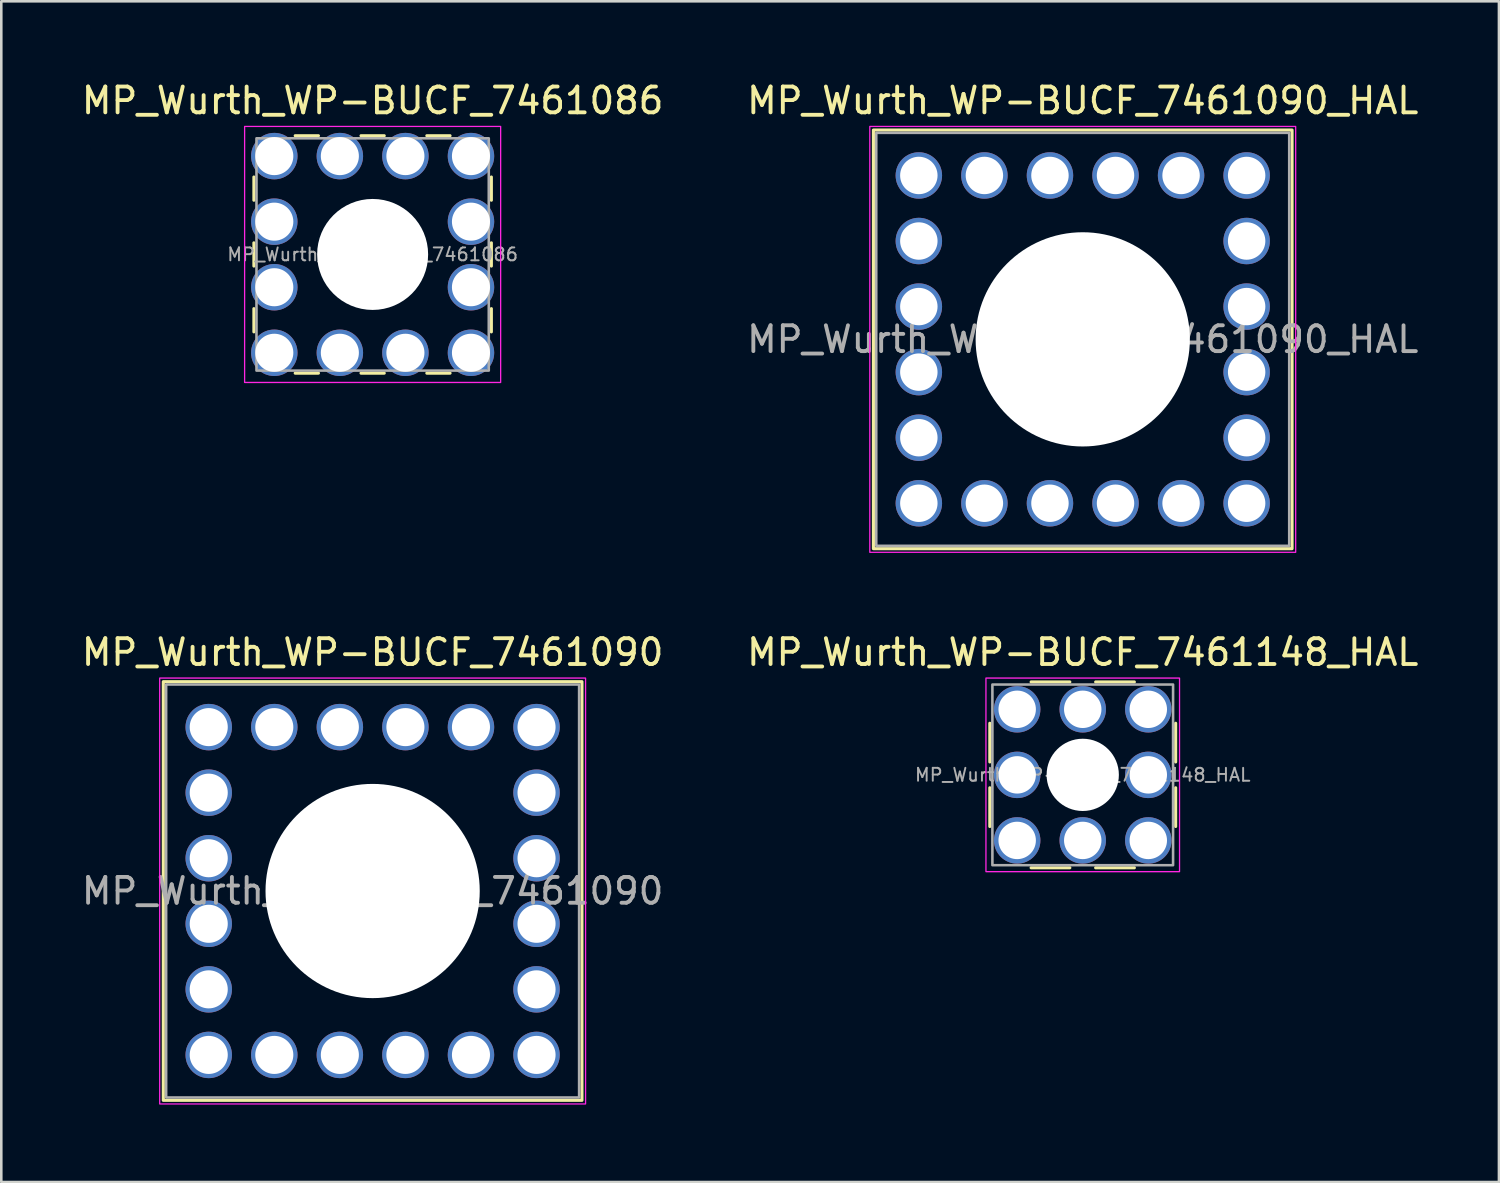
<source format=kicad_pcb>
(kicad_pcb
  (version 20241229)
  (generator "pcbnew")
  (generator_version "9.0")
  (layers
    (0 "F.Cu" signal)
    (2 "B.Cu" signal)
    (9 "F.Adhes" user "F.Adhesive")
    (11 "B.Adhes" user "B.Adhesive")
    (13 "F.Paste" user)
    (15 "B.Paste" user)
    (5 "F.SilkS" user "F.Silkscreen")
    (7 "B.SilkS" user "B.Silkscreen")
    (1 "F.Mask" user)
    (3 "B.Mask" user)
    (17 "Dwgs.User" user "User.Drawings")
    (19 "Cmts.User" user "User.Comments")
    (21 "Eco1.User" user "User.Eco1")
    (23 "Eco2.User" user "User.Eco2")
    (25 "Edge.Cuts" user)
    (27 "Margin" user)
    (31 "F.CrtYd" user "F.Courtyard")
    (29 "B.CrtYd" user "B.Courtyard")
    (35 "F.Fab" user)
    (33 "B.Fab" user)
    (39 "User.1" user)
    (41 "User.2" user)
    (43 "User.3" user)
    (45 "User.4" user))
  (footprint "MP_Wurth_WP-BUCF_7461086"
    (layer "F.Cu")
    (at 11.387 6.808)
    (property "Reference" "MP_Wurth_WP-BUCF_7461086" (at 0 -5.96 0) (unlocked yes) (layer "F.SilkS") (effects (font (size 1 1) (thickness 0.15))))
    (attr through_hole)
    (fp_line (start -4.6 -2.1) (end -4.6 -3) (stroke (width 0.12) (type solid)) (layer "F.SilkS"))
    (fp_line (start -4.6 0.45) (end -4.6 -0.45) (stroke (width 0.12) (type solid)) (layer "F.SilkS"))
    (fp_line (start -4.6 3) (end -4.6 2.1) (stroke (width 0.12) (type solid)) (layer "F.SilkS"))
    (fp_line (start -3 -4.6) (end -2.1 -4.6) (stroke (width 0.12) (type solid)) (layer "F.SilkS"))
    (fp_line (start -2.1 4.6) (end -3 4.6) (stroke (width 0.12) (type solid)) (layer "F.SilkS"))
    (fp_line (start -0.45 -4.6) (end 0.45 -4.6) (stroke (width 0.12) (type solid)) (layer "F.SilkS"))
    (fp_line (start 0.45 4.6) (end -0.45 4.6) (stroke (width 0.12) (type solid)) (layer "F.SilkS"))
    (fp_line (start 2.1 -4.6) (end 3 -4.6) (stroke (width 0.12) (type solid)) (layer "F.SilkS"))
    (fp_line (start 3 4.6) (end 2.1 4.6) (stroke (width 0.12) (type solid)) (layer "F.SilkS"))
    (fp_line (start 4.6 -3) (end 4.6 -2.1) (stroke (width 0.12) (type solid)) (layer "F.SilkS"))
    (fp_line (start 4.6 -0.45) (end 4.6 0.45) (stroke (width 0.12) (type solid)) (layer "F.SilkS"))
    (fp_line (start 4.6 2.1) (end 4.6 3) (stroke (width 0.12) (type solid)) (layer "F.SilkS"))
    (fp_rect (start -4.96 -4.96) (end 4.96 4.96) (stroke (width 0.05) (type solid)) (fill no) (layer "F.CrtYd"))
    (fp_rect (start -4.5 -4.5) (end 4.5 4.5) (stroke (width 0.1) (type solid)) (fill no) (layer "F.Fab"))
    (fp_text user "${REFERENCE}" (at 0 0 0) (unlocked yes) (layer "F.Fab") (effects (font (size 0.5 0.5) (thickness 0.075))))
    (pad "" np_thru_hole circle (at 0 0) (size 4.3 4.3) (drill 4.3) (layers "*.Cu" "*.Mask"))
    (pad "1" thru_hole circle (at -3.81 -3.81) (size 1.8 1.8) (drill 1.475) (layers "*.Cu" "*.Mask"))
    (pad "1" thru_hole circle (at -3.81 -1.27) (size 1.8 1.8) (drill 1.475) (layers "*.Cu" "*.Mask"))
    (pad "1" thru_hole circle (at -3.81 1.27) (size 1.8 1.8) (drill 1.475) (layers "*.Cu" "*.Mask"))
    (pad "1" thru_hole circle (at -3.81 3.81) (size 1.8 1.8) (drill 1.475) (layers "*.Cu" "*.Mask"))
    (pad "1" thru_hole circle (at -1.27 -3.81) (size 1.8 1.8) (drill 1.475) (layers "*.Cu" "*.Mask"))
    (pad "1" thru_hole circle (at -1.27 3.81) (size 1.8 1.8) (drill 1.475) (layers "*.Cu" "*.Mask"))
    (pad "1" thru_hole circle (at 1.27 -3.81) (size 1.8 1.8) (drill 1.475) (layers "*.Cu" "*.Mask"))
    (pad "1" thru_hole circle (at 1.27 3.81) (size 1.8 1.8) (drill 1.475) (layers "*.Cu" "*.Mask"))
    (pad "1" thru_hole circle (at 3.81 -3.81) (size 1.8 1.8) (drill 1.475) (layers "*.Cu" "*.Mask"))
    (pad "1" thru_hole circle (at 3.81 -1.27) (size 1.8 1.8) (drill 1.475) (layers "*.Cu" "*.Mask"))
    (pad "1" thru_hole circle (at 3.81 1.27) (size 1.8 1.8) (drill 1.475) (layers "*.Cu" "*.Mask"))
    (pad "1" thru_hole circle (at 3.81 3.81) (size 1.8 1.8) (drill 1.475) (layers "*.Cu" "*.Mask")))
  (footprint "MP_Wurth_WP-BUCF_7461148_HAL"
    (layer "F.Cu")
    (at 38.899 26.971)
    (property "Reference" "MP_Wurth_WP-BUCF_7461148_HAL" (at 0 -4.75 0) (unlocked yes) (layer "F.SilkS") (effects (font (size 1 1) (thickness 0.15))))
    (attr through_hole)
    (fp_line (start -3.6 -0.5) (end -3.6 -2) (stroke (width 0.12) (type solid)) (layer "F.SilkS"))
    (fp_line (start -3.6 2) (end -3.6 0.5) (stroke (width 0.12) (type solid)) (layer "F.SilkS"))
    (fp_line (start -2 -3.6) (end -0.5 -3.6) (stroke (width 0.12) (type solid)) (layer "F.SilkS"))
    (fp_line (start -0.5 3.6) (end -2 3.6) (stroke (width 0.12) (type solid)) (layer "F.SilkS"))
    (fp_line (start 0.5 -3.6) (end 2 -3.6) (stroke (width 0.12) (type solid)) (layer "F.SilkS"))
    (fp_line (start 2 3.6) (end 0.5 3.6) (stroke (width 0.12) (type solid)) (layer "F.SilkS"))
    (fp_line (start 3.6 -2) (end 3.6 -0.5) (stroke (width 0.12) (type solid)) (layer "F.SilkS"))
    (fp_line (start 3.6 0.5) (end 3.6 2) (stroke (width 0.12) (type solid)) (layer "F.SilkS"))
    (fp_rect (start -3.75 -3.75) (end 3.75 3.75) (stroke (width 0.05) (type solid)) (fill no) (layer "F.CrtYd"))
    (fp_rect (start -3.5 -3.5) (end 3.5 3.5) (stroke (width 0.1) (type solid)) (fill no) (layer "F.Fab"))
    (fp_text user "${REFERENCE}" (at 0 0 0) (unlocked yes) (layer "F.Fab") (effects (font (size 0.5 0.5) (thickness 0.075))))
    (pad "" np_thru_hole circle (at 0 0) (size 2.8 2.8) (drill 2.8) (layers "*.Cu" "*.Mask"))
    (pad "1" thru_hole circle (at -2.54 -2.54) (size 1.8 1.8) (drill 1.45) (layers "*.Cu" "*.Mask"))
    (pad "1" thru_hole circle (at -2.54 0) (size 1.8 1.8) (drill 1.45) (layers "*.Cu" "*.Mask"))
    (pad "1" thru_hole circle (at -2.54 2.54) (size 1.8 1.8) (drill 1.45) (layers "*.Cu" "*.Mask"))
    (pad "1" thru_hole circle (at 0 -2.54) (size 1.8 1.8) (drill 1.45) (layers "*.Cu" "*.Mask"))
    (pad "1" thru_hole circle (at 0 2.54) (size 1.8 1.8) (drill 1.45) (layers "*.Cu" "*.Mask"))
    (pad "1" thru_hole circle (at 2.54 -2.54) (size 1.8 1.8) (drill 1.45) (layers "*.Cu" "*.Mask"))
    (pad "1" thru_hole circle (at 2.54 0) (size 1.8 1.8) (drill 1.45) (layers "*.Cu" "*.Mask"))
    (pad "1" thru_hole circle (at 2.54 2.54) (size 1.8 1.8) (drill 1.45) (layers "*.Cu" "*.Mask")))
  (footprint "MP_Wurth_WP-BUCF_7461090_HAL"
    (layer "F.Cu")
    (at 38.899 10.098)
    (property "Reference" "MP_Wurth_WP-BUCF_7461090_HAL" (at 0 -9.25 0) (unlocked yes) (layer "F.SilkS") (effects (font (size 1 1) (thickness 0.15))))
    (attr through_hole)
    (fp_rect (start -8.11 -8.11) (end 8.11 8.11) (stroke (width 0.12) (type solid)) (fill no) (layer "F.SilkS"))
    (fp_rect (start -8.25 -8.25) (end 8.25 8.25) (stroke (width 0.05) (type solid)) (fill no) (layer "F.CrtYd"))
    (fp_rect (start -8 -8) (end 8 8) (stroke (width 0.1) (type solid)) (fill no) (layer "F.Fab"))
    (fp_text user "${REFERENCE}" (at 0 0 0) (unlocked yes) (layer "F.Fab") (effects (font (size 1 1) (thickness 0.15))))
    (pad "" np_thru_hole circle (at 0 0) (size 8.3 8.3) (drill 8.3) (layers "*.Cu" "*.Mask"))
    (pad "1" thru_hole circle (at -6.35 -6.35) (size 1.8 1.8) (drill 1.45) (layers "*.Cu" "*.Mask"))
    (pad "1" thru_hole circle (at -6.35 -3.81) (size 1.8 1.8) (drill 1.45) (layers "*.Cu" "*.Mask"))
    (pad "1" thru_hole circle (at -6.35 -1.27) (size 1.8 1.8) (drill 1.45) (layers "*.Cu" "*.Mask"))
    (pad "1" thru_hole circle (at -6.35 1.27) (size 1.8 1.8) (drill 1.45) (layers "*.Cu" "*.Mask"))
    (pad "1" thru_hole circle (at -6.35 3.81) (size 1.8 1.8) (drill 1.45) (layers "*.Cu" "*.Mask"))
    (pad "1" thru_hole circle (at -6.35 6.35) (size 1.8 1.8) (drill 1.45) (layers "*.Cu" "*.Mask"))
    (pad "1" thru_hole circle (at -3.81 -6.35) (size 1.8 1.8) (drill 1.45) (layers "*.Cu" "*.Mask"))
    (pad "1" thru_hole circle (at -3.81 6.35) (size 1.8 1.8) (drill 1.45) (layers "*.Cu" "*.Mask"))
    (pad "1" thru_hole circle (at -1.27 -6.35) (size 1.8 1.8) (drill 1.45) (layers "*.Cu" "*.Mask"))
    (pad "1" thru_hole circle (at -1.27 6.35) (size 1.8 1.8) (drill 1.45) (layers "*.Cu" "*.Mask"))
    (pad "1" thru_hole circle (at 1.27 -6.35) (size 1.8 1.8) (drill 1.45) (layers "*.Cu" "*.Mask"))
    (pad "1" thru_hole circle (at 1.27 6.35) (size 1.8 1.8) (drill 1.45) (layers "*.Cu" "*.Mask"))
    (pad "1" thru_hole circle (at 3.81 -6.35) (size 1.8 1.8) (drill 1.45) (layers "*.Cu" "*.Mask"))
    (pad "1" thru_hole circle (at 3.81 6.35) (size 1.8 1.8) (drill 1.45) (layers "*.Cu" "*.Mask"))
    (pad "1" thru_hole circle (at 6.35 -6.35) (size 1.8 1.8) (drill 1.45) (layers "*.Cu" "*.Mask"))
    (pad "1" thru_hole circle (at 6.35 -3.81) (size 1.8 1.8) (drill 1.45) (layers "*.Cu" "*.Mask"))
    (pad "1" thru_hole circle (at 6.35 -1.27) (size 1.8 1.8) (drill 1.45) (layers "*.Cu" "*.Mask"))
    (pad "1" thru_hole circle (at 6.35 1.27) (size 1.8 1.8) (drill 1.45) (layers "*.Cu" "*.Mask"))
    (pad "1" thru_hole circle (at 6.35 3.81) (size 1.8 1.8) (drill 1.45) (layers "*.Cu" "*.Mask"))
    (pad "1" thru_hole circle (at 6.35 6.35) (size 1.8 1.8) (drill 1.45) (layers "*.Cu" "*.Mask")))
  (footprint "MP_Wurth_WP-BUCF_7461090"
    (layer "F.Cu")
    (at 11.387 31.471)
    (property "Reference" "MP_Wurth_WP-BUCF_7461090" (at 0 -9.25 0) (unlocked yes) (layer "F.SilkS") (effects (font (size 1 1) (thickness 0.15))))
    (attr through_hole)
    (fp_rect (start -8.11 -8.11) (end 8.11 8.11) (stroke (width 0.12) (type solid)) (fill no) (layer "F.SilkS"))
    (fp_rect (start -8.25 -8.25) (end 8.25 8.25) (stroke (width 0.05) (type solid)) (fill no) (layer "F.CrtYd"))
    (fp_rect (start -8 -8) (end 8 8) (stroke (width 0.1) (type solid)) (fill no) (layer "F.Fab"))
    (fp_text user "${REFERENCE}" (at 0 0 0) (unlocked yes) (layer "F.Fab") (effects (font (size 1 1) (thickness 0.15))))
    (pad "" np_thru_hole circle (at 0 0) (size 8.3 8.3) (drill 8.3) (layers "*.Cu" "*.Mask"))
    (pad "1" thru_hole circle (at -6.35 -6.35) (size 1.8 1.8) (drill 1.475) (layers "*.Cu" "*.Mask"))
    (pad "1" thru_hole circle (at -6.35 -3.81) (size 1.8 1.8) (drill 1.475) (layers "*.Cu" "*.Mask"))
    (pad "1" thru_hole circle (at -6.35 -1.27) (size 1.8 1.8) (drill 1.475) (layers "*.Cu" "*.Mask"))
    (pad "1" thru_hole circle (at -6.35 1.27) (size 1.8 1.8) (drill 1.475) (layers "*.Cu" "*.Mask"))
    (pad "1" thru_hole circle (at -6.35 3.81) (size 1.8 1.8) (drill 1.475) (layers "*.Cu" "*.Mask"))
    (pad "1" thru_hole circle (at -6.35 6.35) (size 1.8 1.8) (drill 1.475) (layers "*.Cu" "*.Mask"))
    (pad "1" thru_hole circle (at -3.81 -6.35) (size 1.8 1.8) (drill 1.475) (layers "*.Cu" "*.Mask"))
    (pad "1" thru_hole circle (at -3.81 6.35) (size 1.8 1.8) (drill 1.475) (layers "*.Cu" "*.Mask"))
    (pad "1" thru_hole circle (at -1.27 -6.35) (size 1.8 1.8) (drill 1.475) (layers "*.Cu" "*.Mask"))
    (pad "1" thru_hole circle (at -1.27 6.35) (size 1.8 1.8) (drill 1.475) (layers "*.Cu" "*.Mask"))
    (pad "1" thru_hole circle (at 1.27 -6.35) (size 1.8 1.8) (drill 1.475) (layers "*.Cu" "*.Mask"))
    (pad "1" thru_hole circle (at 1.27 6.35) (size 1.8 1.8) (drill 1.475) (layers "*.Cu" "*.Mask"))
    (pad "1" thru_hole circle (at 3.81 -6.35) (size 1.8 1.8) (drill 1.475) (layers "*.Cu" "*.Mask"))
    (pad "1" thru_hole circle (at 3.81 6.35) (size 1.8 1.8) (drill 1.475) (layers "*.Cu" "*.Mask"))
    (pad "1" thru_hole circle (at 6.35 -6.35) (size 1.8 1.8) (drill 1.475) (layers "*.Cu" "*.Mask"))
    (pad "1" thru_hole circle (at 6.35 -3.81) (size 1.8 1.8) (drill 1.475) (layers "*.Cu" "*.Mask"))
    (pad "1" thru_hole circle (at 6.35 -1.27) (size 1.8 1.8) (drill 1.475) (layers "*.Cu" "*.Mask"))
    (pad "1" thru_hole circle (at 6.35 1.27) (size 1.8 1.8) (drill 1.475) (layers "*.Cu" "*.Mask"))
    (pad "1" thru_hole circle (at 6.35 3.81) (size 1.8 1.8) (drill 1.475) (layers "*.Cu" "*.Mask"))
    (pad "1" thru_hole circle (at 6.35 6.35) (size 1.8 1.8) (drill 1.475) (layers "*.Cu" "*.Mask")))
  (gr_rect
    (start -3 -3)
    (end 55.024 42.746)
    (stroke (width 0.1) (type default))
    (fill no)
    (layer "Edge.Cuts")))
</source>
